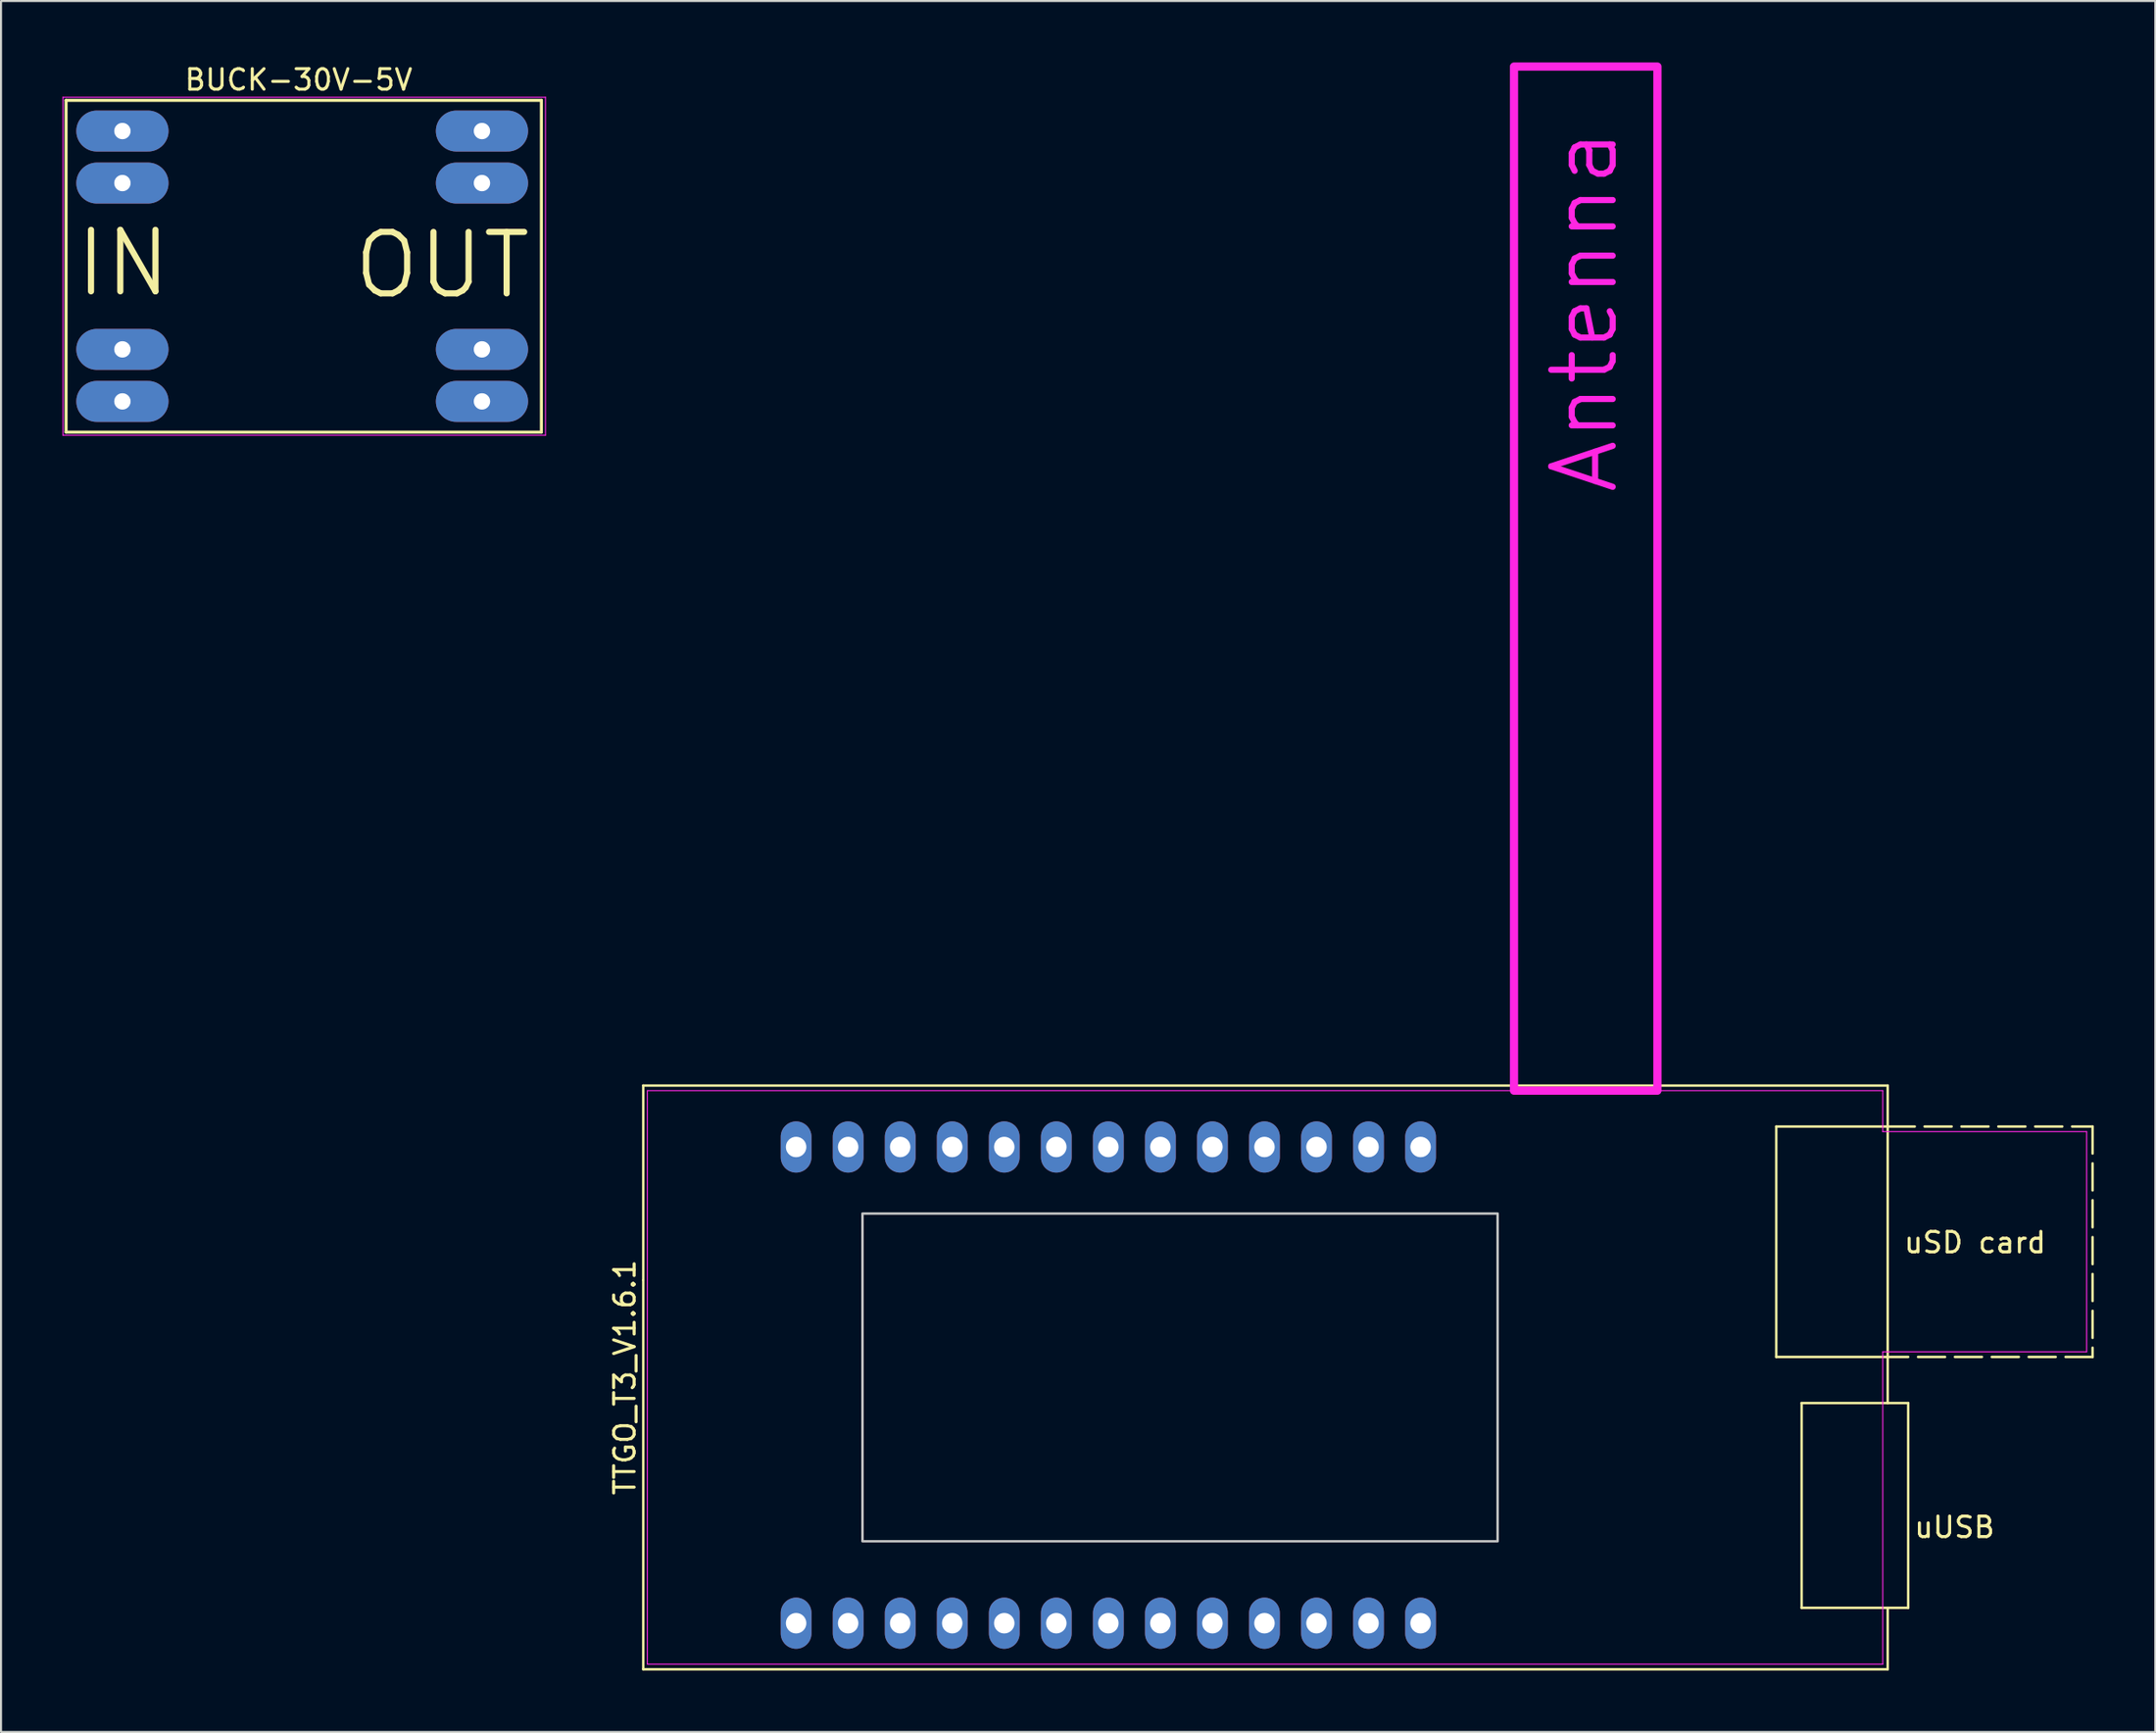
<source format=kicad_pcb>
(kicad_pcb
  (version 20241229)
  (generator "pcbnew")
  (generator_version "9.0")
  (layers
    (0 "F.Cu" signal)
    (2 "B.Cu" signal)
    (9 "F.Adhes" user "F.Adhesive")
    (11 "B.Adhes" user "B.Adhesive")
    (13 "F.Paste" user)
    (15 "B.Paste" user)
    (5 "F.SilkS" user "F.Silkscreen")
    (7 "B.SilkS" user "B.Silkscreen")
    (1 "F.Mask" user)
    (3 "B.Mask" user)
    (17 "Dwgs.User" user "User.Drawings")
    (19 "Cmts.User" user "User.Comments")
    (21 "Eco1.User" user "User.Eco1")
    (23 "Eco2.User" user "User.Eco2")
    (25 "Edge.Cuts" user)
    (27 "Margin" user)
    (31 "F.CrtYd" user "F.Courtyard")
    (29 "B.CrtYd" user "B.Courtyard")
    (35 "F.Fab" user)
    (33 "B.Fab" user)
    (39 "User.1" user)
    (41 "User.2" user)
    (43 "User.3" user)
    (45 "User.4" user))
  (footprint "BUCK-30V-5V"
    (layer "F.Cu")
    (at 11.474 9.825)
    (property "Reference" "BUCK-30V-5V" (at 0.051 -8.977 0) (layer "F.SilkS") (effects (font (size 1 1) (thickness 0.15))))
    (attr through_hole)
    (fp_line (start -11.299 -7.977) (end -11.299 8.223) (stroke (width 0.15) (type solid)) (layer "F.SilkS"))
    (fp_line (start -11.299 8.223) (end 11.9 8.223) (stroke (width 0.15) (type solid)) (layer "F.SilkS"))
    (fp_line (start 11.9 -7.977) (end -11.299 -7.977) (stroke (width 0.15) (type solid)) (layer "F.SilkS"))
    (fp_line (start 11.9 8.223) (end 11.9 -7.977) (stroke (width 0.15) (type solid)) (layer "F.SilkS"))
    (fp_line (start -11.449 -8.127) (end 12.1 -8.127) (stroke (width 0.05) (type solid)) (layer "F.CrtYd"))
    (fp_line (start -11.449 8.373) (end -11.449 -8.127) (stroke (width 0.05) (type solid)) (layer "F.CrtYd"))
    (fp_line (start 12.1 -8.127) (end 12.1 8.373) (stroke (width 0.05) (type solid)) (layer "F.CrtYd"))
    (fp_line (start 12.1 8.373) (end -11.449 8.373) (stroke (width 0.05) (type solid)) (layer "F.CrtYd"))
    (fp_text user "OUT" (at 7.061 0.076 0) (layer "F.SilkS") (effects (font (size 3 3) (thickness 0.3))))
    (fp_text user "IN" (at -8.509 -0.025 0) (layer "F.SilkS") (effects (font (size 3 3) (thickness 0.3))))
    (pad "1" thru_hole oval (at -8.549 6.723 270) (size 2 4.5) (drill 0.8) (layers "*.Cu" "*.Mask"))
    (pad "2" thru_hole oval (at -8.549 4.183 270) (size 2 4.5) (drill 0.8) (layers "*.Cu" "*.Mask"))
    (pad "3" thru_hole oval (at -8.549 -3.937 270) (size 2 4.5) (drill 0.8) (layers "*.Cu" "*.Mask"))
    (pad "4" thru_hole oval (at -8.549 -6.477 270) (size 2 4.5) (drill 0.8) (layers "*.Cu" "*.Mask"))
    (pad "5" thru_hole oval (at 9 -6.477 270) (size 2 4.5) (drill 0.8) (layers "*.Cu" "*.Mask"))
    (pad "6" thru_hole oval (at 9 -3.937 270) (size 2 4.5) (drill 0.8) (layers "*.Cu" "*.Mask"))
    (pad "7" thru_hole oval (at 9 4.183 270) (size 2 4.5) (drill 0.8) (layers "*.Cu" "*.Mask"))
    (pad "8" thru_hole oval (at 9 6.723 270) (size 2 4.5) (drill 0.8) (layers "*.Cu" "*.Mask")))
  (footprint "TTGO_T3_V1.6.1"
    (layer "F.Cu")
    (at 51.047 64.2)
    (property "Reference" "TTGO_T3_V1.6.1" (at -23.6 0 270) (layer "F.SilkS") (effects (font (size 1 1) (thickness 0.15))))
    (attr through_hole)
    (fp_line (start -22.7 -14.25) (end -22.7 -4.75) (stroke (width 0.12) (type default)) (layer "F.SilkS"))
    (fp_line (start -22.7 -4.75) (end -22.7 14.25) (stroke (width 0.12) (type default)) (layer "F.SilkS"))
    (fp_line (start -22.7 14.25) (end 38.04 14.25) (stroke (width 0.12) (type default)) (layer "F.SilkS"))
    (fp_line (start 32.6 -12.25) (end 38.04 -12.25) (stroke (width 0.12) (type default)) (layer "F.SilkS"))
    (fp_line (start 32.6 -1) (end 32.6 -12.25) (stroke (width 0.12) (type default)) (layer "F.SilkS"))
    (fp_line (start 33.84 1.25) (end 39.04 1.25) (stroke (width 0.12) (type default)) (layer "F.SilkS"))
    (fp_line (start 33.84 11.25) (end 33.84 1.25) (stroke (width 0.12) (type default)) (layer "F.SilkS"))
    (fp_line (start 38 -1) (end 32.6 -1) (stroke (width 0.12) (type default)) (layer "F.SilkS"))
    (fp_line (start 38.04 -14.25) (end -22.7 -14.25) (stroke (width 0.12) (type default)) (layer "F.SilkS"))
    (fp_line (start 38.04 -12.25) (end 38.04 -14.25) (stroke (width 0.12) (type default)) (layer "F.SilkS"))
    (fp_line (start 38.04 -12.25) (end 38.04 1.25) (stroke (width 0.12) (type default)) (layer "F.SilkS"))
    (fp_line (start 38.04 -12.25) (end 48.04 -12.25) (stroke (width 0.12) (type dash)) (layer "F.SilkS"))
    (fp_line (start 38.04 14.25) (end 38.04 11.25) (stroke (width 0.12) (type default)) (layer "F.SilkS"))
    (fp_line (start 39.04 1.25) (end 39.04 11.25) (stroke (width 0.12) (type default)) (layer "F.SilkS"))
    (fp_line (start 39.04 11.25) (end 33.84 11.25) (stroke (width 0.12) (type default)) (layer "F.SilkS"))
    (fp_line (start 48.04 -12.25) (end 48.04 -1) (stroke (width 0.12) (type dash)) (layer "F.SilkS"))
    (fp_line (start 48.04 -1) (end 38 -1) (stroke (width 0.12) (type dash)) (layer "F.SilkS"))
    (fp_rect (start -12 -8) (end 19 8) (stroke (width 0.12) (type default)) (fill no) (layer "Dwgs.User"))
    (fp_line (start -22.5 -14) (end 37.8 -14) (stroke (width 0.05) (type default)) (layer "F.CrtYd"))
    (fp_line (start -22.5 14) (end -22.5 -14) (stroke (width 0.05) (type default)) (layer "F.CrtYd"))
    (fp_line (start 37.8 -14) (end 37.8 -12) (stroke (width 0.05) (type default)) (layer "F.CrtYd"))
    (fp_line (start 37.8 -12) (end 47.75 -12) (stroke (width 0.05) (type solid)) (layer "F.CrtYd"))
    (fp_line (start 37.8 -1.25) (end 37.8 14) (stroke (width 0.05) (type default)) (layer "F.CrtYd"))
    (fp_line (start 37.8 14) (end -22.5 14) (stroke (width 0.05) (type default)) (layer "F.CrtYd"))
    (fp_line (start 47.75 -12) (end 47.75 -1.25) (stroke (width 0.05) (type solid)) (layer "F.CrtYd"))
    (fp_line (start 47.75 -1.25) (end 37.8 -1.25) (stroke (width 0.05) (type solid)) (layer "F.CrtYd"))
    (fp_rect (start 19.8 -64) (end 26.8 -14) (stroke (width 0.4) (type default)) (fill no) (layer "F.CrtYd"))
    (fp_text user "uSD card" (at 38.75 -6 0) (unlocked yes) (layer "F.SilkS") (effects (font (size 1 1) (thickness 0.15)) (justify left bottom)))
    (fp_text user "uUSB" (at 39.25 7.9 0) (unlocked yes) (layer "F.SilkS") (effects (font (size 1 1) (thickness 0.15)) (justify left bottom)))
    (fp_text user "Antenna" (at 25 -43 90) (unlocked yes) (layer "F.CrtYd") (effects (font (size 3 3) (thickness 0.3)) (justify left bottom)))
    (pad "1" thru_hole oval (at -15.24 12) (size 1.5 2.5) (drill 1) (layers "*.Cu" "*.Mask"))
    (pad "2" thru_hole oval (at -12.7 12) (size 1.5 2.5) (drill 1) (layers "*.Cu" "*.Mask"))
    (pad "3" thru_hole oval (at -10.16 12) (size 1.5 2.5) (drill 1) (layers "*.Cu" "*.Mask"))
    (pad "4" thru_hole oval (at -7.62 12) (size 1.5 2.5) (drill 1) (layers "*.Cu" "*.Mask"))
    (pad "5" thru_hole oval (at -5.08 12) (size 1.5 2.5) (drill 1) (layers "*.Cu" "*.Mask"))
    (pad "6" thru_hole oval (at -2.54 12) (size 1.5 2.5) (drill 1) (layers "*.Cu" "*.Mask"))
    (pad "7" thru_hole oval (at 0 12) (size 1.5 2.5) (drill 1) (layers "*.Cu" "*.Mask"))
    (pad "8" thru_hole oval (at 2.54 12) (size 1.5 2.5) (drill 1) (layers "*.Cu" "*.Mask"))
    (pad "9" thru_hole oval (at 5.08 12) (size 1.5 2.5) (drill 1) (layers "*.Cu" "*.Mask"))
    (pad "10" thru_hole oval (at 7.62 12) (size 1.5 2.5) (drill 1) (layers "*.Cu" "*.Mask"))
    (pad "11" thru_hole oval (at 10.16 12) (size 1.5 2.5) (drill 1) (layers "*.Cu" "*.Mask"))
    (pad "12" thru_hole oval (at 12.7 12) (size 1.5 2.5) (drill 1) (layers "*.Cu" "*.Mask"))
    (pad "13" thru_hole oval (at 15.24 12) (size 1.5 2.5) (drill 1) (layers "*.Cu" "*.Mask"))
    (pad "14" thru_hole oval (at 15.24 -11.25) (size 1.5 2.5) (drill 1) (layers "*.Cu" "*.Mask"))
    (pad "15" thru_hole oval (at 12.7 -11.25) (size 1.5 2.5) (drill 1) (layers "*.Cu" "*.Mask"))
    (pad "16" thru_hole oval (at 10.16 -11.25) (size 1.5 2.5) (drill 1) (layers "*.Cu" "*.Mask"))
    (pad "17" thru_hole oval (at 7.62 -11.25) (size 1.5 2.5) (drill 1) (layers "*.Cu" "*.Mask"))
    (pad "18" thru_hole oval (at 5.08 -11.25) (size 1.5 2.5) (drill 1) (layers "*.Cu" "*.Mask"))
    (pad "19" thru_hole oval (at 2.54 -11.25) (size 1.5 2.5) (drill 1) (layers "*.Cu" "*.Mask"))
    (pad "20" thru_hole oval (at 0 -11.25) (size 1.5 2.5) (drill 1) (layers "*.Cu" "*.Mask"))
    (pad "21" thru_hole oval (at -2.54 -11.25) (size 1.5 2.5) (drill 1) (layers "*.Cu" "*.Mask"))
    (pad "22" thru_hole oval (at -5.08 -11.25) (size 1.5 2.5) (drill 1) (layers "*.Cu" "*.Mask"))
    (pad "23" thru_hole oval (at -7.62 -11.25) (size 1.5 2.5) (drill 1) (layers "*.Cu" "*.Mask"))
    (pad "24" thru_hole oval (at -10.16 -11.25) (size 1.5 2.5) (drill 1) (layers "*.Cu" "*.Mask"))
    (pad "25" thru_hole oval (at -12.7 -11.25) (size 1.5 2.5) (drill 1) (layers "*.Cu" "*.Mask"))
    (pad "26" thru_hole oval (at -15.24 -11.25) (size 1.5 2.5) (drill 1) (layers "*.Cu" "*.Mask")))
  (gr_rect
    (start -3 -3)
    (end 102.147 81.51)
    (stroke (width 0.1) (type default))
    (fill no)
    (layer "Edge.Cuts")))
</source>
